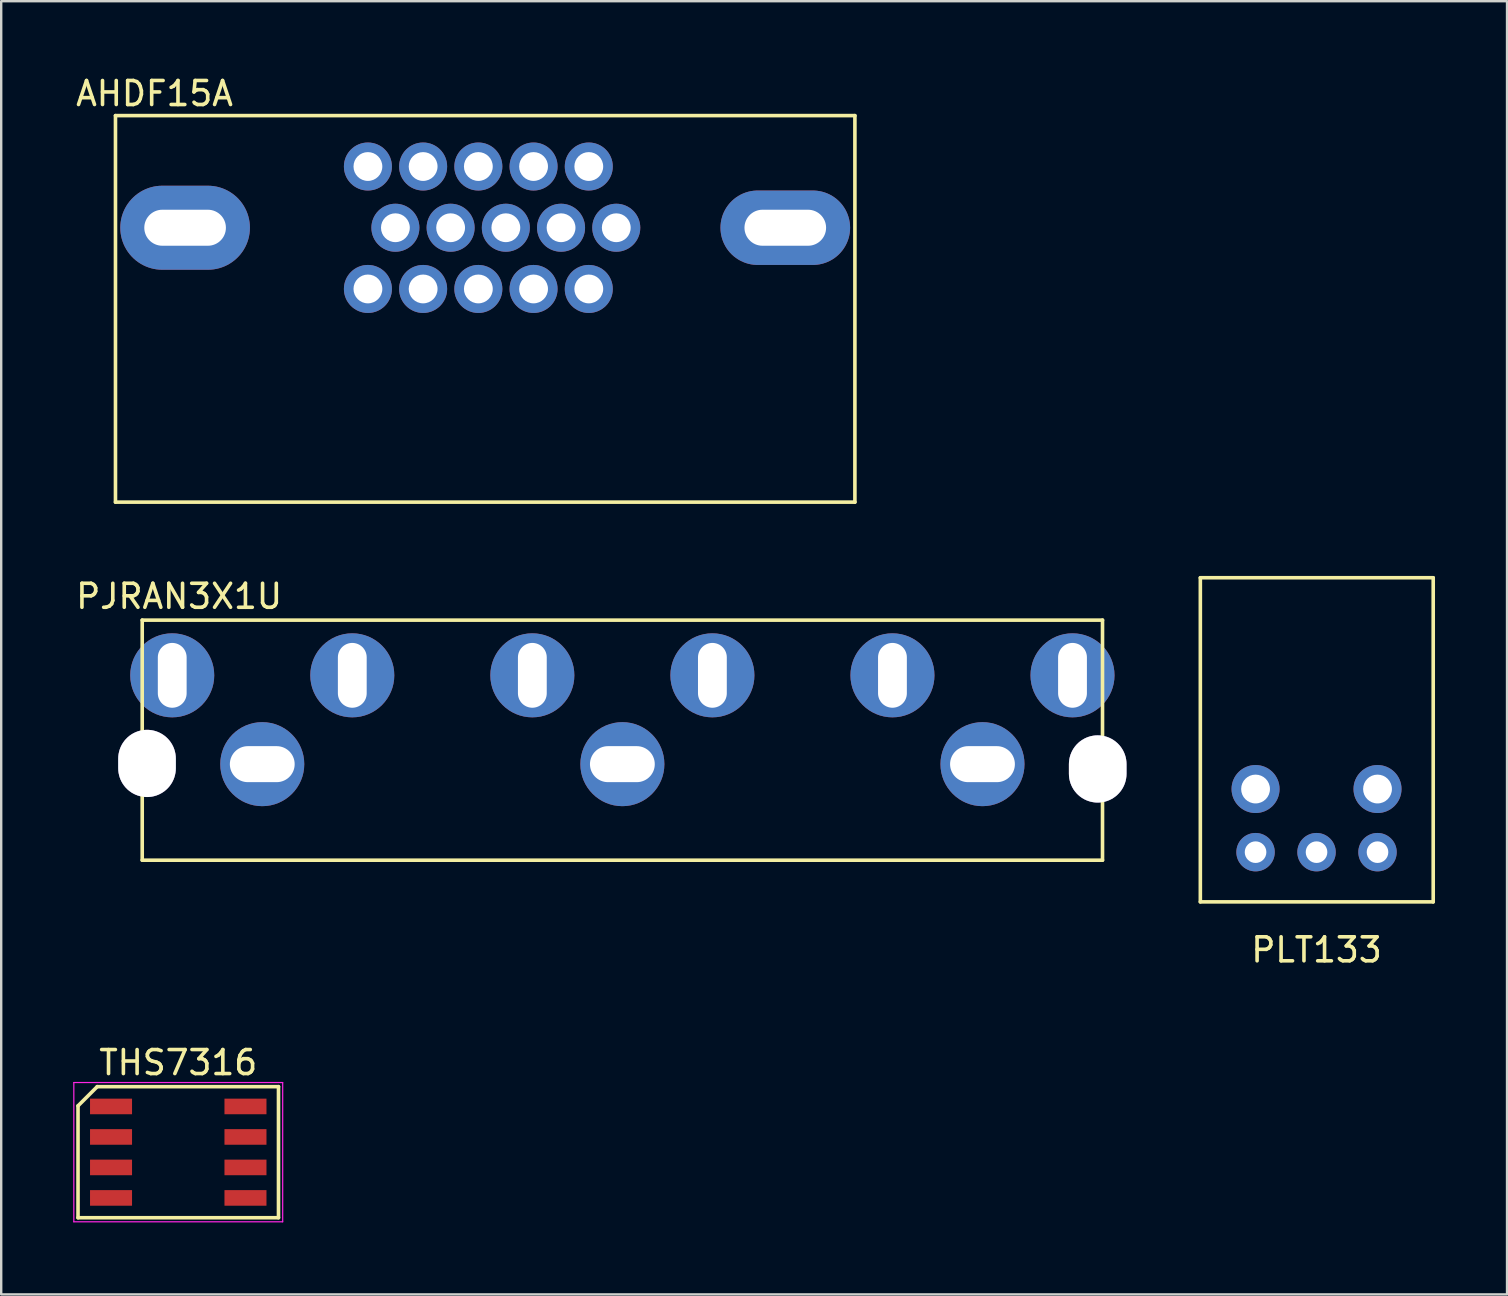
<source format=kicad_pcb>
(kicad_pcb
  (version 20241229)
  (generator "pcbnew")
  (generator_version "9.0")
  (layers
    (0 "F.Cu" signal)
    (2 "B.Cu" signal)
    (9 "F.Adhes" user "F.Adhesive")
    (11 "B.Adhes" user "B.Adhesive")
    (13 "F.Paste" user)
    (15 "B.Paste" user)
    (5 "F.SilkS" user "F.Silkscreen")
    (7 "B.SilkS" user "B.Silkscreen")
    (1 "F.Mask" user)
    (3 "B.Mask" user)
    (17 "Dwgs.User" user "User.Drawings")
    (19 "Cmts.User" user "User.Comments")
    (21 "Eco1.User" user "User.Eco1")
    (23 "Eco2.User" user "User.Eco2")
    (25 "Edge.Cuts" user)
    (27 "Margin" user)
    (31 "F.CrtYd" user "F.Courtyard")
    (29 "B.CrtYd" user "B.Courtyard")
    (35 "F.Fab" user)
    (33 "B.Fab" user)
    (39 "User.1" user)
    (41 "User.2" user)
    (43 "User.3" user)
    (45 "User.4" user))
  (footprint "PLT133"
    (layer "F.Cu")
    (at 51.789 27.766)
    (property "Reference" "PLT133" (at 0 8.75 0) (layer "F.SilkS") (effects (font (size 1 1) (thickness 0.15))))
    (attr through_hole)
    (fp_line (start -4.84 -6.75) (end 4.86 -6.75) (stroke (width 0.15) (type solid)) (layer "F.SilkS"))
    (fp_line (start -4.84 6.75) (end -4.84 -6.75) (stroke (width 0.15) (type solid)) (layer "F.SilkS"))
    (fp_line (start 4.86 -6.75) (end 4.86 6.75) (stroke (width 0.15) (type solid)) (layer "F.SilkS"))
    (fp_line (start 4.86 6.75) (end -4.84 6.75) (stroke (width 0.15) (type solid)) (layer "F.SilkS"))
    (pad "1" thru_hole circle (at -2.54 4.68) (size 1.6 1.6) (drill 0.9) (layers "*.Cu" "*.Mask"))
    (pad "2" thru_hole circle (at 0 4.68) (size 1.6 1.6) (drill 0.9) (layers "*.Cu" "*.Mask"))
    (pad "3" thru_hole circle (at 2.54 4.68) (size 1.6 1.6) (drill 0.9) (layers "*.Cu" "*.Mask"))
    (pad "4" thru_hole circle (at -2.54 2.05) (size 2 2) (drill 1.2) (layers "*.Cu" "*.Mask"))
    (pad "5" thru_hole circle (at 2.54 2.05) (size 2 2) (drill 1.2) (layers "*.Cu" "*.Mask")))
  (footprint "AHDF15A"
    (layer "F.Cu")
    (at 17.16 6.436)
    (property "Reference" "AHDF15A" (at -13.773 -5.588 0) (layer "F.SilkS") (effects (font (size 1 1) (thickness 0.15))))
    (attr through_hole)
    (fp_line (start -15.4 -4.67) (end -15.4 11.43) (stroke (width 0.15) (type solid)) (layer "F.SilkS"))
    (fp_line (start -15.4 -4.67) (end 15.4 -4.67) (stroke (width 0.15) (type solid)) (layer "F.SilkS"))
    (fp_line (start -15.4 11.43) (end 15.4 11.43) (stroke (width 0.15) (type solid)) (layer "F.SilkS"))
    (fp_line (start 15.4 -4.67) (end 15.4 11.43) (stroke (width 0.15) (type solid)) (layer "F.SilkS"))
    (pad "0" thru_hole oval (at -12.5 0) (size 5.4 3.5) (drill oval 3.4 1.5) (layers "*.Cu" "*.Mask"))
    (pad "0" thru_hole oval (at 12.5 0) (size 5.4 3.1) (drill oval 3.4 1.5) (layers "*.Cu" "*.Mask"))
    (pad "1" thru_hole circle (at 4.315 -2.55) (size 2 2) (drill 1.2) (layers "*.Cu" "*.Mask"))
    (pad "2" thru_hole circle (at 2.015 -2.55) (size 2 2) (drill 1.2) (layers "*.Cu" "*.Mask"))
    (pad "3" thru_hole circle (at -0.285 -2.55) (size 2 2) (drill 1.2) (layers "*.Cu" "*.Mask"))
    (pad "4" thru_hole circle (at -2.585 -2.55) (size 2 2) (drill 1.2) (layers "*.Cu" "*.Mask"))
    (pad "5" thru_hole circle (at -4.885 -2.55) (size 2 2) (drill 1.2) (layers "*.Cu" "*.Mask"))
    (pad "6" thru_hole circle (at 5.46 0) (size 2 2) (drill 1.2) (layers "*.Cu" "*.Mask"))
    (pad "7" thru_hole circle (at 3.16 0) (size 2 2) (drill 1.2) (layers "*.Cu" "*.Mask"))
    (pad "8" thru_hole circle (at 0.86 0) (size 2 2) (drill 1.2) (layers "*.Cu" "*.Mask"))
    (pad "9" thru_hole circle (at -1.44 0) (size 2 2) (drill 1.2) (layers "*.Cu" "*.Mask"))
    (pad "10" thru_hole circle (at -3.74 0) (size 2 2) (drill 1.2) (layers "*.Cu" "*.Mask"))
    (pad "11" thru_hole circle (at 4.315 2.55) (size 2 2) (drill 1.2) (layers "*.Cu" "*.Mask"))
    (pad "12" thru_hole circle (at 2.015 2.55) (size 2 2) (drill 1.2) (layers "*.Cu" "*.Mask"))
    (pad "13" thru_hole circle (at -0.285 2.55) (size 2 2) (drill 1.2) (layers "*.Cu" "*.Mask"))
    (pad "14" thru_hole circle (at -2.585 2.55) (size 2 2) (drill 1.2) (layers "*.Cu" "*.Mask"))
    (pad "15" thru_hole circle (at -4.885 2.55) (size 2 2) (drill 1.2) (layers "*.Cu" "*.Mask")))
  (footprint "PJRAN3X1U"
    (layer "F.Cu")
    (at 22.874 25.08)
    (property "Reference" "PJRAN3X1U" (at -18.463 -3.29 0) (layer "F.SilkS") (effects (font (size 1 1) (thickness 0.15))))
    (attr through_hole)
    (fp_line (start -20 -2.3) (end 20 -2.3) (stroke (width 0.15) (type solid)) (layer "F.SilkS"))
    (fp_line (start -20 7.7) (end -20 -2.3) (stroke (width 0.15) (type solid)) (layer "F.SilkS"))
    (fp_line (start -20 7.7) (end 20 7.7) (stroke (width 0.15) (type solid)) (layer "F.SilkS"))
    (fp_line (start 20 7.7) (end 20 -2.3) (stroke (width 0.15) (type solid)) (layer "F.SilkS"))
    (pad "" thru_hole oval (at -19.8 3.67) (size 2.4 2.8) (drill oval 2.4 2.8) (layers "*.Cu" "*.Mask"))
    (pad "" thru_hole oval (at 19.8 3.9) (size 2.4 2.8) (drill oval 2.4 2.8) (layers "*.Cu" "*.Mask"))
    (pad "1" thru_hole oval (at -15 3.7) (size 3.5 3.5) (drill oval 2.7 1.5) (layers "*.Cu" "*.Mask"))
    (pad "2" thru_hole oval (at -18.75 0) (size 3.5 3.5) (drill oval 1.2 2.7) (layers "*.Cu" "*.Mask"))
    (pad "3" thru_hole oval (at -11.25 0) (size 3.5 3.5) (drill oval 1.2 2.7) (layers "*.Cu" "*.Mask"))
    (pad "4" thru_hole oval (at 0 3.7) (size 3.5 3.5) (drill oval 2.7 1.5) (layers "*.Cu" "*.Mask"))
    (pad "5" thru_hole oval (at -3.75 0) (size 3.5 3.5) (drill oval 1.2 2.7) (layers "*.Cu" "*.Mask"))
    (pad "6" thru_hole oval (at 3.75 0) (size 3.5 3.5) (drill oval 1.2 2.7) (layers "*.Cu" "*.Mask"))
    (pad "7" thru_hole oval (at 15 3.7) (size 3.5 3.5) (drill oval 2.7 1.5) (layers "*.Cu" "*.Mask"))
    (pad "8" thru_hole oval (at 11.25 0) (size 3.5 3.5) (drill oval 1.2 2.7) (layers "*.Cu" "*.Mask"))
    (pad "9" thru_hole oval (at 18.75 0) (size 3.5 3.5) (drill oval 1.2 2.7) (layers "*.Cu" "*.Mask")))
  (footprint "THS7316"
    (layer "F.Cu")
    (at 4.375 44.943)
    (property "Reference" "THS7316" (at 0 -3.73 0) (layer "F.SilkS") (effects (font (size 1 1) (thickness 0.15))))
    (attr smd)
    (fp_line (start -4.175 -1.93) (end -3.375 -2.73) (stroke (width 0.15) (type solid)) (layer "F.SilkS"))
    (fp_line (start -4.175 2.73) (end -4.175 -1.93) (stroke (width 0.15) (type solid)) (layer "F.SilkS"))
    (fp_line (start -3.375 -2.73) (end 4.175 -2.73) (stroke (width 0.15) (type solid)) (layer "F.SilkS"))
    (fp_line (start 4.175 -2.73) (end 4.175 2.73) (stroke (width 0.15) (type solid)) (layer "F.SilkS"))
    (fp_line (start 4.175 2.73) (end -4.175 2.73) (stroke (width 0.15) (type solid)) (layer "F.SilkS"))
    (fp_line (start -4.35 -2.9) (end 4.35 -2.9) (stroke (width 0.05) (type solid)) (layer "F.CrtYd"))
    (fp_line (start -4.35 2.9) (end -4.35 -2.9) (stroke (width 0.05) (type solid)) (layer "F.CrtYd"))
    (fp_line (start 4.35 -2.9) (end 4.35 2.9) (stroke (width 0.05) (type solid)) (layer "F.CrtYd"))
    (fp_line (start 4.35 2.9) (end -4.35 2.9) (stroke (width 0.05) (type solid)) (layer "F.CrtYd"))
    (pad "1" smd rect (at -2.8 -1.905 270) (size 0.65 1.75) (layers "F.Cu" "F.Mask" "F.Paste"))
    (pad "2" smd rect (at -2.8 -0.635 270) (size 0.65 1.75) (layers "F.Cu" "F.Mask" "F.Paste"))
    (pad "3" smd rect (at -2.8 0.635 270) (size 0.65 1.75) (layers "F.Cu" "F.Mask" "F.Paste"))
    (pad "4" smd rect (at -2.8 1.905 270) (size 0.65 1.75) (layers "F.Cu" "F.Mask" "F.Paste"))
    (pad "5" smd rect (at 2.8 1.905 270) (size 0.65 1.75) (layers "F.Cu" "F.Mask" "F.Paste"))
    (pad "6" smd rect (at 2.8 0.635 270) (size 0.65 1.75) (layers "F.Cu" "F.Mask" "F.Paste"))
    (pad "7" smd rect (at 2.8 -0.635 270) (size 0.65 1.75) (layers "F.Cu" "F.Mask" "F.Paste"))
    (pad "8" smd rect (at 2.8 -1.905 270) (size 0.65 1.75) (layers "F.Cu" "F.Mask" "F.Paste")))
  (gr_rect
    (start -3 -3)
    (end 59.724 50.868)
    (stroke (width 0.1) (type default))
    (fill no)
    (layer "Edge.Cuts")))
</source>
